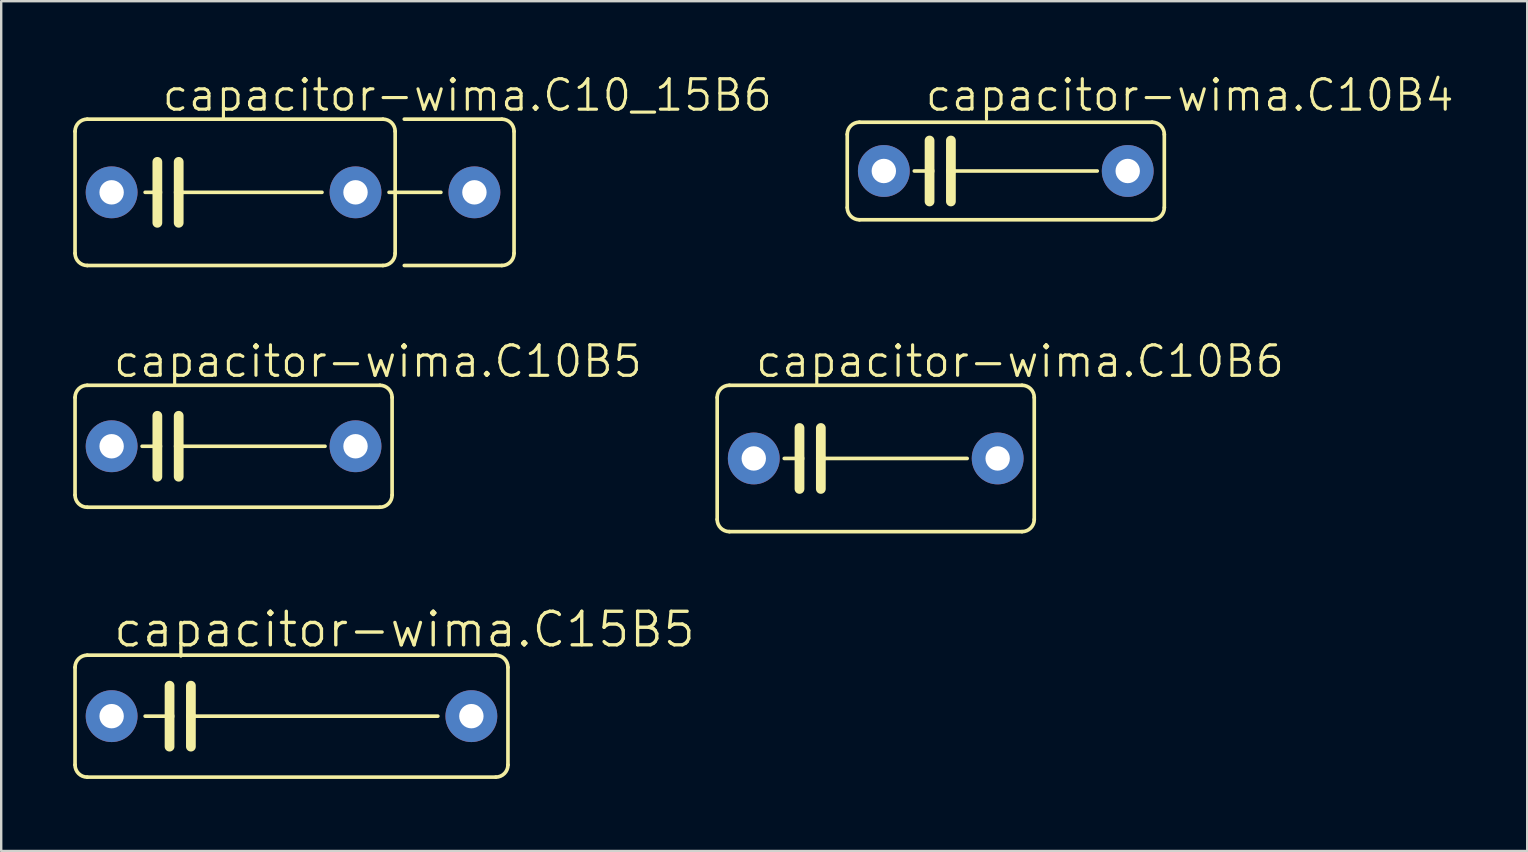
<source format=kicad_pcb>
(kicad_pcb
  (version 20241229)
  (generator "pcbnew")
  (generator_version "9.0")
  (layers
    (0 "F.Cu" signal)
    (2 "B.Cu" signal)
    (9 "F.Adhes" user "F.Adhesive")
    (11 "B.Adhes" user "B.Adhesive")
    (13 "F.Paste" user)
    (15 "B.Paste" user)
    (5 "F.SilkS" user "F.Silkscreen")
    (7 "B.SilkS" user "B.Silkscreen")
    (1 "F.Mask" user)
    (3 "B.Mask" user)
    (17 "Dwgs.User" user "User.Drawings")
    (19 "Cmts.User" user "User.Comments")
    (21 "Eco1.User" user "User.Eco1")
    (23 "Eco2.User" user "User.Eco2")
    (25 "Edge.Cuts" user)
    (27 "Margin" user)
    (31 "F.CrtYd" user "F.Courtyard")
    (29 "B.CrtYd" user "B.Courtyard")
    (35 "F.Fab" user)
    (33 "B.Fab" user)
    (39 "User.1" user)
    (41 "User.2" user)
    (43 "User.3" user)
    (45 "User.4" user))
  (footprint "capacitor-wima.C10B4"
    (layer "F.Cu")
    (at 38.848 4.073)
    (property "Reference" "capacitor-wima.C10B4" (at -3.429 -2.413 0) (layer "F.SilkS") (effects (font (size 1.27 1.27) (thickness 0.13)) (justify left bottom)))
    (attr through_hole)
    (fp_line (start -6.604 1.524) (end -6.604 -1.524) (stroke (width 0.152) (type default)) (layer "F.SilkS"))
    (fp_line (start -6.096 -2.032) (end 6.096 -2.032) (stroke (width 0.152) (type default)) (layer "F.SilkS"))
    (fp_line (start -3.81 0) (end -3.175 0) (stroke (width 0.152) (type default)) (layer "F.SilkS"))
    (fp_line (start -3.175 -1.27) (end -3.175 0) (stroke (width 0.406) (type default)) (layer "F.SilkS"))
    (fp_line (start -3.175 0) (end -3.175 1.27) (stroke (width 0.406) (type default)) (layer "F.SilkS"))
    (fp_line (start -2.286 -1.27) (end -2.286 0) (stroke (width 0.406) (type default)) (layer "F.SilkS"))
    (fp_line (start -2.286 0) (end -2.286 1.27) (stroke (width 0.406) (type default)) (layer "F.SilkS"))
    (fp_line (start 3.81 0) (end -2.286 0) (stroke (width 0.152) (type default)) (layer "F.SilkS"))
    (fp_line (start 6.096 2.032) (end -6.096 2.032) (stroke (width 0.152) (type default)) (layer "F.SilkS"))
    (fp_line (start 6.604 -1.524) (end 6.604 1.524) (stroke (width 0.152) (type default)) (layer "F.SilkS"))
    (fp_arc (start -6.604 -1.524) (mid -6.45521 -1.88321) (end -6.096 -2.032) (stroke (width 0.1524) (type default)) (layer "F.SilkS"))
    (fp_arc (start -6.096 2.032) (mid -6.45521 1.88321) (end -6.604 1.524) (stroke (width 0.1524) (type default)) (layer "F.SilkS"))
    (fp_arc (start 6.096 -2.032) (mid 6.45521 -1.88321) (end 6.604 -1.524) (stroke (width 0.1524) (type default)) (layer "F.SilkS"))
    (fp_arc (start 6.604 1.524) (mid 6.45521 1.88321) (end 6.096 2.032) (stroke (width 0.1524) (type default)) (layer "F.SilkS"))
    (pad "1" thru_hole circle (at -5.08 0) (size 2.159 2.159) (drill 1.016) (layers "*.Cu" "*.Mask"))
    (pad "2" thru_hole circle (at 5.08 0) (size 2.159 2.159) (drill 1.016) (layers "*.Cu" "*.Mask")))
  (footprint "capacitor-wima.C10B5"
    (layer "F.Cu")
    (at 6.68 15.54)
    (property "Reference" "capacitor-wima.C10B5" (at -5.08 -2.794 0) (layer "F.SilkS") (effects (font (size 1.27 1.27) (thickness 0.13)) (justify left bottom)))
    (attr through_hole)
    (fp_line (start -6.604 2.032) (end -6.604 -2.032) (stroke (width 0.152) (type default)) (layer "F.SilkS"))
    (fp_line (start -6.096 -2.54) (end 6.096 -2.54) (stroke (width 0.152) (type default)) (layer "F.SilkS"))
    (fp_line (start -3.81 0) (end -3.175 0) (stroke (width 0.152) (type default)) (layer "F.SilkS"))
    (fp_line (start -3.175 -1.27) (end -3.175 0) (stroke (width 0.406) (type default)) (layer "F.SilkS"))
    (fp_line (start -3.175 0) (end -3.175 1.27) (stroke (width 0.406) (type default)) (layer "F.SilkS"))
    (fp_line (start -2.286 -1.27) (end -2.286 0) (stroke (width 0.406) (type default)) (layer "F.SilkS"))
    (fp_line (start -2.286 0) (end -2.286 1.27) (stroke (width 0.406) (type default)) (layer "F.SilkS"))
    (fp_line (start 3.81 0) (end -2.286 0) (stroke (width 0.152) (type default)) (layer "F.SilkS"))
    (fp_line (start 6.096 2.54) (end -6.096 2.54) (stroke (width 0.152) (type default)) (layer "F.SilkS"))
    (fp_line (start 6.604 -2.032) (end 6.604 2.032) (stroke (width 0.152) (type default)) (layer "F.SilkS"))
    (fp_arc (start -6.604 -2.032) (mid -6.45521 -2.39121) (end -6.096 -2.54) (stroke (width 0.1524) (type default)) (layer "F.SilkS"))
    (fp_arc (start -6.096 2.54) (mid -6.45521 2.39121) (end -6.604 2.032) (stroke (width 0.1524) (type default)) (layer "F.SilkS"))
    (fp_arc (start 6.096 -2.54) (mid 6.45521 -2.39121) (end 6.604 -2.032) (stroke (width 0.1524) (type default)) (layer "F.SilkS"))
    (fp_arc (start 6.604 2.032) (mid 6.45521 2.39121) (end 6.096 2.54) (stroke (width 0.1524) (type default)) (layer "F.SilkS"))
    (pad "1" thru_hole circle (at -5.08 0) (size 2.159 2.159) (drill 1.016) (layers "*.Cu" "*.Mask"))
    (pad "2" thru_hole circle (at 5.08 0) (size 2.159 2.159) (drill 1.016) (layers "*.Cu" "*.Mask")))
  (footprint "capacitor-wima.C15B5"
    (layer "F.Cu")
    (at 9.093 26.783)
    (property "Reference" "capacitor-wima.C15B5" (at -7.493 -2.794 0) (layer "F.SilkS") (effects (font (size 1.397 1.397) (thickness 0.14)) (justify left bottom)))
    (attr through_hole)
    (fp_line (start -9.017 2.032) (end -9.017 -2.032) (stroke (width 0.152) (type default)) (layer "F.SilkS"))
    (fp_line (start -8.509 -2.54) (end 8.509 -2.54) (stroke (width 0.152) (type default)) (layer "F.SilkS"))
    (fp_line (start -5.08 -1.27) (end -5.08 0) (stroke (width 0.406) (type default)) (layer "F.SilkS"))
    (fp_line (start -5.08 0) (end -6.096 0) (stroke (width 0.152) (type default)) (layer "F.SilkS"))
    (fp_line (start -5.08 0) (end -5.08 1.27) (stroke (width 0.406) (type default)) (layer "F.SilkS"))
    (fp_line (start -4.191 -1.27) (end -4.191 0) (stroke (width 0.406) (type default)) (layer "F.SilkS"))
    (fp_line (start -4.191 0) (end -4.191 1.27) (stroke (width 0.406) (type default)) (layer "F.SilkS"))
    (fp_line (start -4.191 0) (end 6.096 0) (stroke (width 0.152) (type default)) (layer "F.SilkS"))
    (fp_line (start 8.509 2.54) (end -8.509 2.54) (stroke (width 0.152) (type default)) (layer "F.SilkS"))
    (fp_line (start 9.017 -2.032) (end 9.017 2.032) (stroke (width 0.152) (type default)) (layer "F.SilkS"))
    (fp_arc (start -9.017 -2.032) (mid -8.86821 -2.39121) (end -8.509 -2.54) (stroke (width 0.1524) (type default)) (layer "F.SilkS"))
    (fp_arc (start -8.509 2.54) (mid -8.86821 2.39121) (end -9.017 2.032) (stroke (width 0.1524) (type default)) (layer "F.SilkS"))
    (fp_arc (start 8.509 -2.54) (mid 8.86821 -2.39121) (end 9.017 -2.032) (stroke (width 0.1524) (type default)) (layer "F.SilkS"))
    (fp_arc (start 9.017 2.032) (mid 8.86821 2.39121) (end 8.509 2.54) (stroke (width 0.1524) (type default)) (layer "F.SilkS"))
    (pad "1" thru_hole circle (at -7.493 0) (size 2.159 2.159) (drill 1.016) (layers "*.Cu" "*.Mask"))
    (pad "2" thru_hole circle (at 7.493 0) (size 2.159 2.159) (drill 1.016) (layers "*.Cu" "*.Mask")))
  (footprint "capacitor-wima.C10B6"
    (layer "F.Cu")
    (at 33.43 16.048)
    (property "Reference" "capacitor-wima.C10B6" (at -5.08 -3.302 0) (layer "F.SilkS") (effects (font (size 1.27 1.27) (thickness 0.13)) (justify left bottom)))
    (attr through_hole)
    (fp_line (start -6.604 2.54) (end -6.604 -2.54) (stroke (width 0.152) (type default)) (layer "F.SilkS"))
    (fp_line (start -6.096 -3.048) (end 6.096 -3.048) (stroke (width 0.152) (type default)) (layer "F.SilkS"))
    (fp_line (start -3.81 0) (end -3.175 0) (stroke (width 0.152) (type default)) (layer "F.SilkS"))
    (fp_line (start -3.175 -1.27) (end -3.175 0) (stroke (width 0.406) (type default)) (layer "F.SilkS"))
    (fp_line (start -3.175 0) (end -3.175 1.27) (stroke (width 0.406) (type default)) (layer "F.SilkS"))
    (fp_line (start -2.286 -1.27) (end -2.286 0) (stroke (width 0.406) (type default)) (layer "F.SilkS"))
    (fp_line (start -2.286 0) (end -2.286 1.27) (stroke (width 0.406) (type default)) (layer "F.SilkS"))
    (fp_line (start 3.81 0) (end -2.286 0) (stroke (width 0.152) (type default)) (layer "F.SilkS"))
    (fp_line (start 6.096 3.048) (end -6.096 3.048) (stroke (width 0.152) (type default)) (layer "F.SilkS"))
    (fp_line (start 6.604 -2.54) (end 6.604 2.54) (stroke (width 0.152) (type default)) (layer "F.SilkS"))
    (fp_arc (start -6.604 -2.54) (mid -6.45521 -2.89921) (end -6.096 -3.048) (stroke (width 0.1524) (type default)) (layer "F.SilkS"))
    (fp_arc (start -6.096 3.048) (mid -6.45521 2.89921) (end -6.604 2.54) (stroke (width 0.1524) (type default)) (layer "F.SilkS"))
    (fp_arc (start 6.096 -3.048) (mid 6.45521 -2.89921) (end 6.604 -2.54) (stroke (width 0.1524) (type default)) (layer "F.SilkS"))
    (fp_arc (start 6.604 2.54) (mid 6.45521 2.89921) (end 6.096 3.048) (stroke (width 0.1524) (type default)) (layer "F.SilkS"))
    (pad "1" thru_hole circle (at -5.08 0) (size 2.159 2.159) (drill 1.016) (layers "*.Cu" "*.Mask"))
    (pad "2" thru_hole circle (at 5.08 0) (size 2.159 2.159) (drill 1.016) (layers "*.Cu" "*.Mask")))
  (footprint "capacitor-wima.C10_15B6"
    (layer "F.Cu")
    (at 6.68 4.962)
    (property "Reference" "capacitor-wima.C10_15B6" (at -3.048 -3.302 0) (layer "F.SilkS") (effects (font (size 1.27 1.27) (thickness 0.13)) (justify left bottom)))
    (attr through_hole)
    (fp_line (start -6.604 2.54) (end -6.604 -2.54) (stroke (width 0.152) (type default)) (layer "F.SilkS"))
    (fp_line (start -6.096 -3.048) (end 6.223 -3.048) (stroke (width 0.152) (type default)) (layer "F.SilkS"))
    (fp_line (start -3.683 0) (end -3.175 0) (stroke (width 0.152) (type default)) (layer "F.SilkS"))
    (fp_line (start -3.175 -1.27) (end -3.175 0) (stroke (width 0.406) (type default)) (layer "F.SilkS"))
    (fp_line (start -3.175 0) (end -3.175 1.27) (stroke (width 0.406) (type default)) (layer "F.SilkS"))
    (fp_line (start -2.286 -1.27) (end -2.286 0) (stroke (width 0.406) (type default)) (layer "F.SilkS"))
    (fp_line (start -2.286 0) (end -2.286 1.27) (stroke (width 0.406) (type default)) (layer "F.SilkS"))
    (fp_line (start -2.286 0) (end 3.683 0) (stroke (width 0.152) (type default)) (layer "F.SilkS"))
    (fp_line (start 6.223 3.048) (end -6.096 3.048) (stroke (width 0.152) (type default)) (layer "F.SilkS"))
    (fp_line (start 6.477 0) (end 8.636 0) (stroke (width 0.152) (type default)) (layer "F.SilkS"))
    (fp_line (start 6.731 -2.54) (end 6.731 2.54) (stroke (width 0.152) (type default)) (layer "F.SilkS"))
    (fp_line (start 7.112 -3.048) (end 11.176 -3.048) (stroke (width 0.152) (type default)) (layer "F.SilkS"))
    (fp_line (start 11.176 3.048) (end 7.112 3.048) (stroke (width 0.152) (type default)) (layer "F.SilkS"))
    (fp_line (start 11.684 -2.54) (end 11.684 2.54) (stroke (width 0.152) (type default)) (layer "F.SilkS"))
    (fp_arc (start -6.604 -2.54) (mid -6.45521 -2.89921) (end -6.096 -3.048) (stroke (width 0.1524) (type default)) (layer "F.SilkS"))
    (fp_arc (start -6.096 3.048) (mid -6.45521 2.89921) (end -6.604 2.54) (stroke (width 0.1524) (type default)) (layer "F.SilkS"))
    (fp_arc (start 6.223 -3.048) (mid 6.58221 -2.89921) (end 6.731 -2.54) (stroke (width 0.1524) (type default)) (layer "F.SilkS"))
    (fp_arc (start 6.731 2.54) (mid 6.58221 2.89921) (end 6.223 3.048) (stroke (width 0.1524) (type default)) (layer "F.SilkS"))
    (fp_arc (start 11.176 -3.048) (mid 11.53521 -2.89921) (end 11.684 -2.54) (stroke (width 0.1524) (type default)) (layer "F.SilkS"))
    (fp_arc (start 11.684 2.54) (mid 11.53521 2.89921) (end 11.176 3.048) (stroke (width 0.1524) (type default)) (layer "F.SilkS"))
    (pad "1" thru_hole circle (at -5.08 0) (size 2.159 2.159) (drill 1.016) (layers "*.Cu" "*.Mask"))
    (pad "2" thru_hole circle (at 5.08 0) (size 2.159 2.159) (drill 1.016) (layers "*.Cu" "*.Mask"))
    (pad "3" thru_hole circle (at 10.033 0) (size 2.159 2.159) (drill 1.016) (layers "*.Cu" "*.Mask")))
  (gr_rect
    (start -3 -3)
    (end 60.569 32.4)
    (stroke (width 0.1) (type default))
    (fill no)
    (layer "Edge.Cuts")))
</source>
